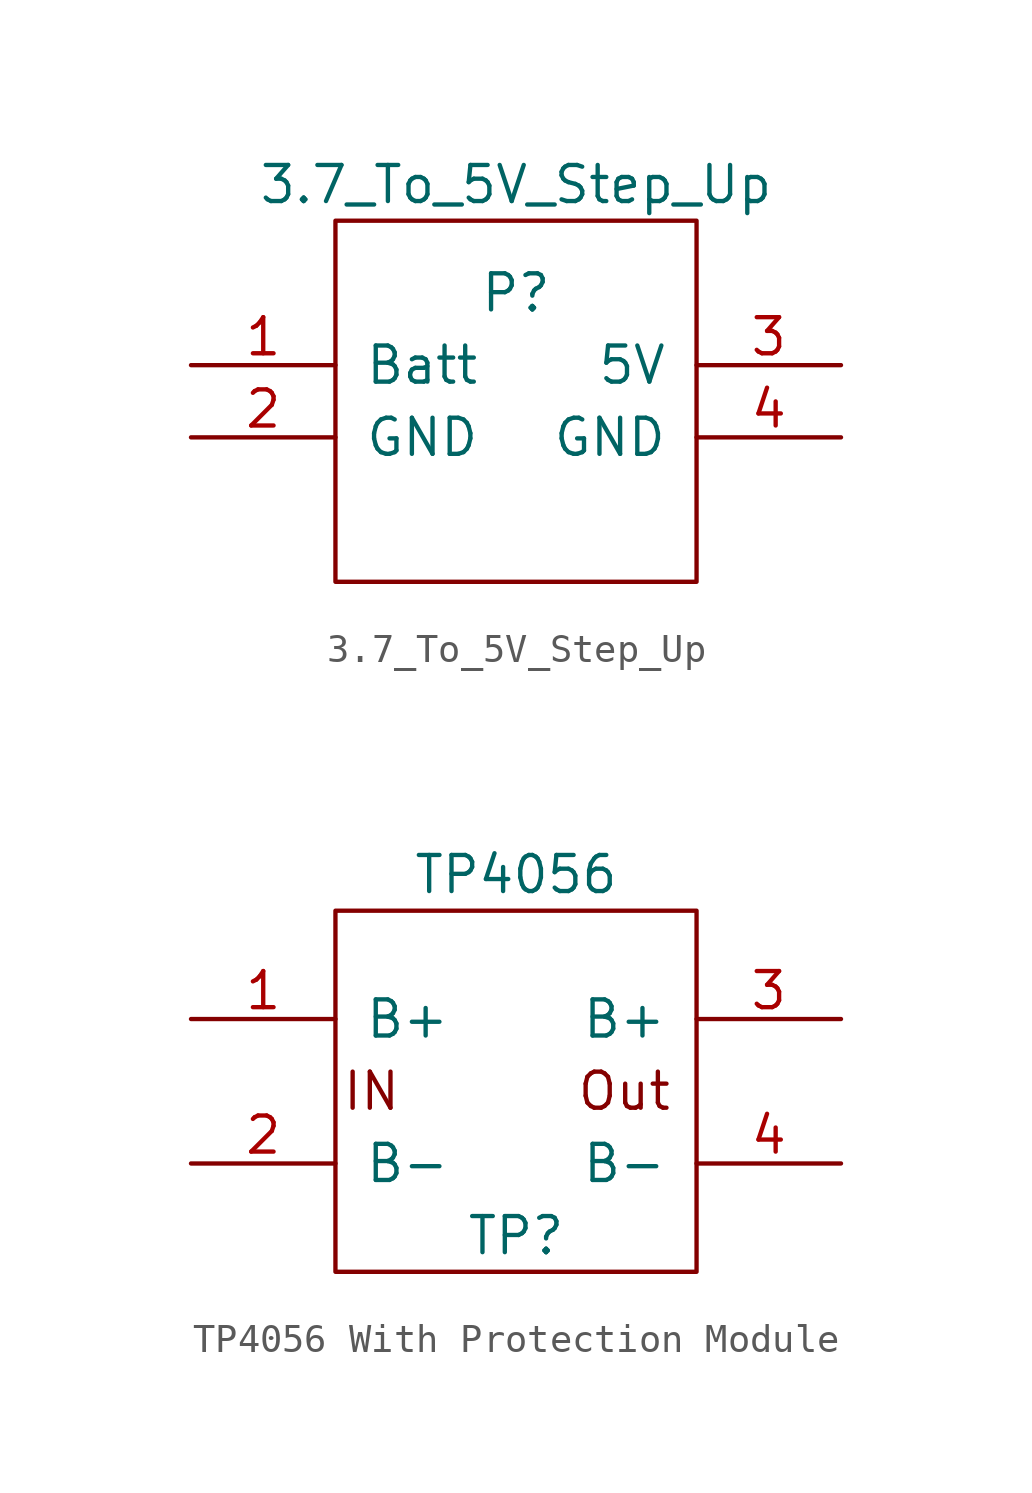
<source format=kicad_sym>
(kicad_symbol_lib
  (version 20220914)
  (generator kicad_symbol_editor)
  (symbol "3.7_To_5V_Step_Up"
    (pin_names
      (offset 1.016))
    (property "Reference" "P"
      (at 0 0 0)
      (effects (font (size 1.27 1.27))))
    (property "Value" "3.7_To_5V_Step_Up"
      (at 0 3.81 0)
      (effects (font (size 1.27 1.27))))
    (symbol "3.7_To_5V_Step_Up_0_1"
      (rectangle (start -6.35 2.54) (end 6.35 -10.16) (stroke (width 0) (type default)) (fill (type none))))
    (symbol "3.7_To_5V_Step_Up_1_1"
      (pin input line (at -11.43 -2.54 0) (length 5.08) (name "Batt" (effects (font (size 1.27 1.27)))) (number "1" (effects (font (size 1.27 1.27)))))
      (pin input line (at -11.43 -5.08 0) (length 5.08) (name "GND" (effects (font (size 1.27 1.27)))) (number "2" (effects (font (size 1.27 1.27)))))
      (pin output line (at 11.43 -2.54 180) (length 5.08) (name "5V" (effects (font (size 1.27 1.27)))) (number "3" (effects (font (size 1.27 1.27)))))
      (pin output line (at 11.43 -5.08 180) (length 5.08) (name "GND" (effects (font (size 1.27 1.27)))) (number "4" (effects (font (size 1.27 1.27)))))))
  (symbol "TP4056 With Protection Module"
    (pin_names
      (offset 1.016))
    (property "Reference" "TP"
      (at 0 -8.89 0)
      (effects (font (size 1.27 1.27))))
    (property "Value" "TP4056"
      (at 0 3.81 0)
      (effects (font (size 1.27 1.27))))
    (symbol "TP4056 With Protection Module_0_0"
      (text "IN" (at -5.08 -3.81 0) (effects (font (size 1.27 1.27))))
      (text "Out" (at 3.81 -3.81 0) (effects (font (size 1.27 1.27)))))
    (symbol "TP4056 With Protection Module_0_1"
      (rectangle (start -6.35 2.54) (end 6.35 -10.16) (stroke (width 0) (type default)) (fill (type none))))
    (symbol "TP4056 With Protection Module_1_1"
      (pin input line (at -11.43 -1.27 0) (length 5.08) (name "B+" (effects (font (size 1.27 1.27)))) (number "1" (effects (font (size 1.27 1.27)))))
      (pin input line (at -11.43 -6.35 0) (length 5.08) (name "B-" (effects (font (size 1.27 1.27)))) (number "2" (effects (font (size 1.27 1.27)))))
      (pin output line (at 11.43 -1.27 180) (length 5.08) (name "B+" (effects (font (size 1.27 1.27)))) (number "3" (effects (font (size 1.27 1.27)))))
      (pin output line (at 11.43 -6.35 180) (length 5.08) (name "B-" (effects (font (size 1.27 1.27)))) (number "4" (effects (font (size 1.27 1.27))))))))
</source>
